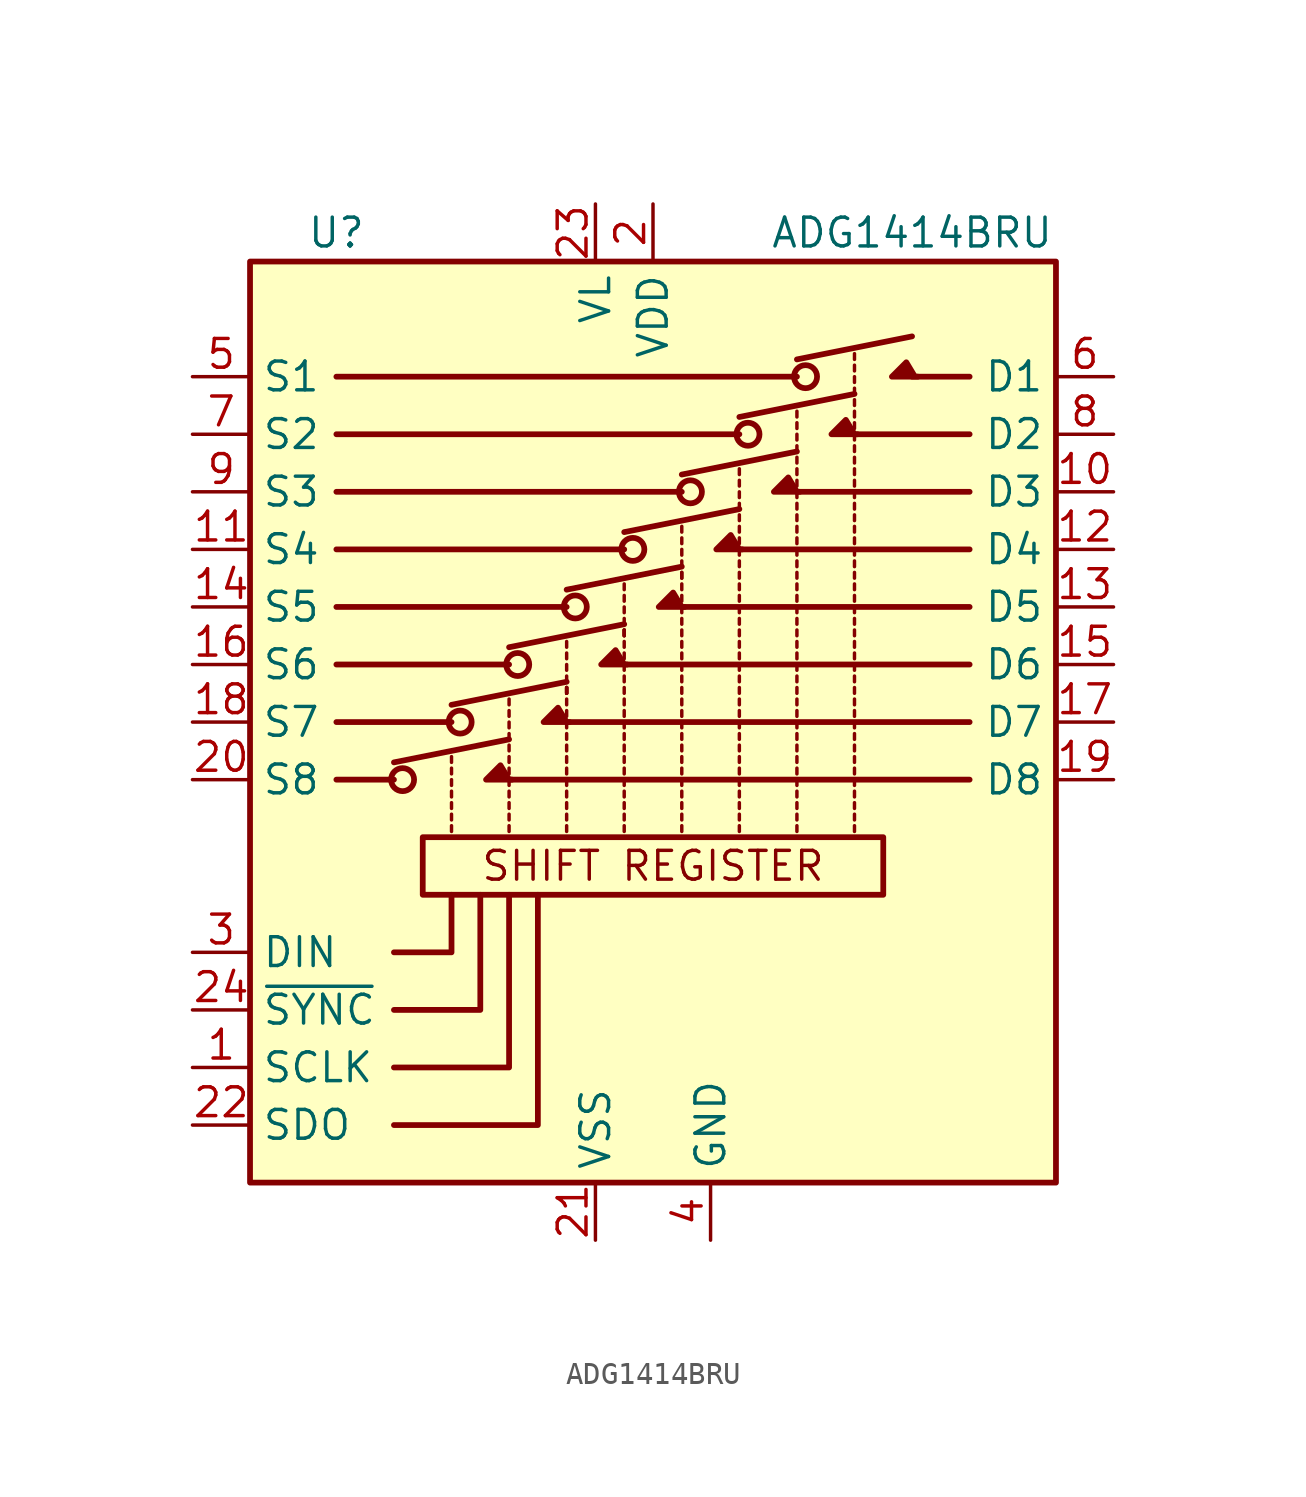
<source format=kicad_sym>
(kicad_symbol_lib
  (version 20200908)
  (generator kicad_symbol_editor)
  (symbol "Analog_Switch:ADG1414BRU"
    (property "Reference" "U"
      (at -13.97 21.59 0)
      (effects (font (size 1.27 1.27))))
    (property "Value" "ADG1414BRU"
      (at 11.43 21.59 0)
      (effects (font (size 1.27 1.27))))
    (symbol "ADG1414BRU_1_1"
      (circle (center -11.049 -2.54) (radius 0.508) (stroke (width 0.254)) (fill (type none)))
      (circle (center -8.509 0) (radius 0.508) (stroke (width 0.254)) (fill (type none)))
      (circle (center -5.969 2.54) (radius 0.508) (stroke (width 0.254)) (fill (type none)))
      (circle (center -3.429 5.08) (radius 0.508) (stroke (width 0.254)) (fill (type none)))
      (circle (center -0.889 7.62) (radius 0.508) (stroke (width 0.254)) (fill (type none)))
      (circle (center 1.651 10.16) (radius 0.508) (stroke (width 0.254)) (fill (type none)))
      (circle (center 4.191 12.7) (radius 0.508) (stroke (width 0.254)) (fill (type none)))
      (circle (center 6.731 15.24) (radius 0.508) (stroke (width 0.254)) (fill (type none)))
      (rectangle (start -17.78 -20.32) (end 17.78 20.32) (stroke (width 0.254)) (fill (type background)))
      (rectangle (start -10.16 -5.08) (end 10.16 -7.62) (stroke (width 0.254)) (fill (type none)))
      (polyline (pts (xy -11.43 -2.54) (xy -13.97 -2.54)) (stroke (width 0.254)) (fill (type none)))
      (polyline (pts (xy -11.43 -1.778) (xy -6.35 -0.762)) (stroke (width 0.254)) (fill (type none)))
      (polyline (pts (xy -8.89 -4.826) (xy -8.89 -4.572)) (stroke (width 0)) (fill (type none)))
      (polyline (pts (xy -8.89 -4.318) (xy -8.89 -4.064)) (stroke (width 0)) (fill (type none)))
      (polyline (pts (xy -8.89 -3.81) (xy -8.89 -3.556)) (stroke (width 0)) (fill (type none)))
      (polyline (pts (xy -8.89 -3.302) (xy -8.89 -3.048)) (stroke (width 0)) (fill (type none)))
      (polyline (pts (xy -8.89 -2.794) (xy -8.89 -2.54)) (stroke (width 0)) (fill (type none)))
      (polyline (pts (xy -8.89 -2.286) (xy -8.89 -2.032)) (stroke (width 0)) (fill (type none)))
      (polyline (pts (xy -8.89 -1.778) (xy -8.89 -1.524)) (stroke (width 0)) (fill (type none)))
      (polyline (pts (xy -8.89 0) (xy -13.97 0)) (stroke (width 0.254)) (fill (type none)))
      (polyline (pts (xy -8.89 0.762) (xy -3.81 1.778)) (stroke (width 0.254)) (fill (type none)))
      (polyline (pts (xy -6.35 -4.826) (xy -6.35 -4.572)) (stroke (width 0)) (fill (type none)))
      (polyline (pts (xy -6.35 -4.318) (xy -6.35 -4.064)) (stroke (width 0)) (fill (type none)))
      (polyline (pts (xy -6.35 -3.81) (xy -6.35 -3.556)) (stroke (width 0)) (fill (type none)))
      (polyline (pts (xy -6.35 -3.302) (xy -6.35 -3.048)) (stroke (width 0)) (fill (type none)))
      (polyline (pts (xy -6.35 -2.794) (xy -6.35 -2.54)) (stroke (width 0)) (fill (type none)))
      (polyline (pts (xy -6.35 -2.54) (xy 13.97 -2.54)) (stroke (width 0.254)) (fill (type none)))
      (polyline (pts (xy -6.35 -2.286) (xy -6.35 -2.032)) (stroke (width 0)) (fill (type none)))
      (polyline (pts (xy -6.35 -1.778) (xy -6.35 -1.524)) (stroke (width 0)) (fill (type none)))
      (polyline (pts (xy -6.35 -1.27) (xy -6.35 -1.016)) (stroke (width 0)) (fill (type none)))
      (polyline (pts (xy -6.35 -0.762) (xy -6.35 -0.508)) (stroke (width 0)) (fill (type none)))
      (polyline (pts (xy -6.35 -0.254) (xy -6.35 0)) (stroke (width 0)) (fill (type none)))
      (polyline (pts (xy -6.35 0.254) (xy -6.35 0.508)) (stroke (width 0)) (fill (type none)))
      (polyline (pts (xy -6.35 0.762) (xy -6.35 1.016)) (stroke (width 0)) (fill (type none)))
      (polyline (pts (xy -6.35 2.54) (xy -13.97 2.54)) (stroke (width 0.254)) (fill (type none)))
      (polyline (pts (xy -6.35 3.302) (xy -1.27 4.318)) (stroke (width 0.254)) (fill (type none)))
      (polyline (pts (xy -3.81 -4.826) (xy -3.81 -4.572)) (stroke (width 0)) (fill (type none)))
      (polyline (pts (xy -3.81 -4.318) (xy -3.81 -4.064)) (stroke (width 0)) (fill (type none)))
      (polyline (pts (xy -3.81 -3.81) (xy -3.81 -3.556)) (stroke (width 0)) (fill (type none)))
      (polyline (pts (xy -3.81 -3.302) (xy -3.81 -3.048)) (stroke (width 0)) (fill (type none)))
      (polyline (pts (xy -3.81 -2.794) (xy -3.81 -2.54)) (stroke (width 0)) (fill (type none)))
      (polyline (pts (xy -3.81 -2.286) (xy -3.81 -2.032)) (stroke (width 0)) (fill (type none)))
      (polyline (pts (xy -3.81 -1.778) (xy -3.81 -1.524)) (stroke (width 0)) (fill (type none)))
      (polyline (pts (xy -3.81 -1.27) (xy -3.81 -1.016)) (stroke (width 0)) (fill (type none)))
      (polyline (pts (xy -3.81 -0.762) (xy -3.81 -0.508)) (stroke (width 0)) (fill (type none)))
      (polyline (pts (xy -3.81 -0.254) (xy -3.81 0)) (stroke (width 0)) (fill (type none)))
      (polyline (pts (xy -3.81 0) (xy 13.97 0)) (stroke (width 0.254)) (fill (type none)))
      (polyline (pts (xy -3.81 0.254) (xy -3.81 0.508)) (stroke (width 0)) (fill (type none)))
      (polyline (pts (xy -3.81 0.762) (xy -3.81 1.016)) (stroke (width 0)) (fill (type none)))
      (polyline (pts (xy -3.81 1.27) (xy -3.81 1.524)) (stroke (width 0)) (fill (type none)))
      (polyline (pts (xy -3.81 1.27) (xy -3.81 1.524)) (stroke (width 0)) (fill (type none)))
      (polyline (pts (xy -3.81 1.27) (xy -3.81 1.524)) (stroke (width 0)) (fill (type none)))
      (polyline (pts (xy -3.81 1.27) (xy -3.81 1.524)) (stroke (width 0)) (fill (type none)))
      (polyline (pts (xy -3.81 1.778) (xy -3.81 2.032)) (stroke (width 0)) (fill (type none)))
      (polyline (pts (xy -3.81 2.286) (xy -3.81 2.54)) (stroke (width 0)) (fill (type none)))
      (polyline (pts (xy -3.81 2.794) (xy -3.81 3.048)) (stroke (width 0)) (fill (type none)))
      (polyline (pts (xy -3.81 3.302) (xy -3.81 3.556)) (stroke (width 0)) (fill (type none)))
      (polyline (pts (xy -3.81 5.08) (xy -13.97 5.08)) (stroke (width 0.254)) (fill (type none)))
      (polyline (pts (xy -3.81 5.842) (xy 1.27 6.858)) (stroke (width 0.254)) (fill (type none)))
      (polyline (pts (xy -1.27 -4.826) (xy -1.27 -4.572)) (stroke (width 0)) (fill (type none)))
      (polyline (pts (xy -1.27 -4.318) (xy -1.27 -4.064)) (stroke (width 0)) (fill (type none)))
      (polyline (pts (xy -1.27 -3.81) (xy -1.27 -3.556)) (stroke (width 0)) (fill (type none)))
      (polyline (pts (xy -1.27 -3.302) (xy -1.27 -3.048)) (stroke (width 0)) (fill (type none)))
      (polyline (pts (xy -1.27 -2.794) (xy -1.27 -2.54)) (stroke (width 0)) (fill (type none)))
      (polyline (pts (xy -1.27 -2.286) (xy -1.27 -2.032)) (stroke (width 0)) (fill (type none)))
      (polyline (pts (xy -1.27 -1.778) (xy -1.27 -1.524)) (stroke (width 0)) (fill (type none)))
      (polyline (pts (xy -1.27 -1.27) (xy -1.27 -1.016)) (stroke (width 0)) (fill (type none)))
      (polyline (pts (xy -1.27 -0.762) (xy -1.27 -0.508)) (stroke (width 0)) (fill (type none)))
      (polyline (pts (xy -1.27 -0.254) (xy -1.27 0)) (stroke (width 0)) (fill (type none)))
      (polyline (pts (xy -1.27 0.254) (xy -1.27 0.508)) (stroke (width 0)) (fill (type none)))
      (polyline (pts (xy -1.27 0.762) (xy -1.27 1.016)) (stroke (width 0)) (fill (type none)))
      (polyline (pts (xy -1.27 1.27) (xy -1.27 1.524)) (stroke (width 0)) (fill (type none)))
      (polyline (pts (xy -1.27 1.778) (xy -1.27 2.032)) (stroke (width 0)) (fill (type none)))
      (polyline (pts (xy -1.27 2.286) (xy -1.27 2.54)) (stroke (width 0)) (fill (type none)))
      (polyline (pts (xy -1.27 2.54) (xy 13.97 2.54)) (stroke (width 0.254)) (fill (type none)))
      (polyline (pts (xy -1.27 2.794) (xy -1.27 3.048)) (stroke (width 0)) (fill (type none)))
      (polyline (pts (xy -1.27 3.302) (xy -1.27 3.556)) (stroke (width 0)) (fill (type none)))
      (polyline (pts (xy -1.27 3.81) (xy -1.27 4.064)) (stroke (width 0)) (fill (type none)))
      (polyline (pts (xy -1.27 3.81) (xy -1.27 4.064)) (stroke (width 0)) (fill (type none)))
      (polyline (pts (xy -1.27 3.81) (xy -1.27 4.064)) (stroke (width 0)) (fill (type none)))
      (polyline (pts (xy -1.27 4.318) (xy -1.27 4.572)) (stroke (width 0)) (fill (type none)))
      (polyline (pts (xy -1.27 4.826) (xy -1.27 5.08)) (stroke (width 0)) (fill (type none)))
      (polyline (pts (xy -1.27 5.334) (xy -1.27 5.588)) (stroke (width 0)) (fill (type none)))
      (polyline (pts (xy -1.27 5.842) (xy -1.27 6.096)) (stroke (width 0)) (fill (type none)))
      (polyline (pts (xy -1.27 7.62) (xy -13.97 7.62)) (stroke (width 0.254)) (fill (type none)))
      (polyline (pts (xy -1.27 8.382) (xy 3.81 9.398)) (stroke (width 0.254)) (fill (type none)))
      (polyline (pts (xy 1.27 -4.826) (xy 1.27 -4.572)) (stroke (width 0)) (fill (type none)))
      (polyline (pts (xy 1.27 -4.318) (xy 1.27 -4.064)) (stroke (width 0)) (fill (type none)))
      (polyline (pts (xy 1.27 -3.81) (xy 1.27 -3.556)) (stroke (width 0)) (fill (type none)))
      (polyline (pts (xy 1.27 -3.302) (xy 1.27 -3.048)) (stroke (width 0)) (fill (type none)))
      (polyline (pts (xy 1.27 -2.794) (xy 1.27 -2.54)) (stroke (width 0)) (fill (type none)))
      (polyline (pts (xy 1.27 -2.286) (xy 1.27 -2.032)) (stroke (width 0)) (fill (type none)))
      (polyline (pts (xy 1.27 -1.778) (xy 1.27 -1.524)) (stroke (width 0)) (fill (type none)))
      (polyline (pts (xy 1.27 -1.27) (xy 1.27 -1.016)) (stroke (width 0)) (fill (type none)))
      (polyline (pts (xy 1.27 -0.762) (xy 1.27 -0.508)) (stroke (width 0)) (fill (type none)))
      (polyline (pts (xy 1.27 -0.254) (xy 1.27 0)) (stroke (width 0)) (fill (type none)))
      (polyline (pts (xy 1.27 0.254) (xy 1.27 0.508)) (stroke (width 0)) (fill (type none)))
      (polyline (pts (xy 1.27 0.762) (xy 1.27 1.016)) (stroke (width 0)) (fill (type none)))
      (polyline (pts (xy 1.27 1.27) (xy 1.27 1.524)) (stroke (width 0)) (fill (type none)))
      (polyline (pts (xy 1.27 1.778) (xy 1.27 2.032)) (stroke (width 0)) (fill (type none)))
      (polyline (pts (xy 1.27 2.286) (xy 1.27 2.54)) (stroke (width 0)) (fill (type none)))
      (polyline (pts (xy 1.27 2.794) (xy 1.27 3.048)) (stroke (width 0)) (fill (type none)))
      (polyline (pts (xy 1.27 3.302) (xy 1.27 3.556)) (stroke (width 0)) (fill (type none)))
      (polyline (pts (xy 1.27 3.81) (xy 1.27 4.064)) (stroke (width 0)) (fill (type none)))
      (polyline (pts (xy 1.27 4.318) (xy 1.27 4.572)) (stroke (width 0)) (fill (type none)))
      (polyline (pts (xy 1.27 4.826) (xy 1.27 5.08)) (stroke (width 0)) (fill (type none)))
      (polyline (pts (xy 1.27 5.08) (xy 13.97 5.08)) (stroke (width 0.254)) (fill (type none)))
      (polyline (pts (xy 1.27 5.334) (xy 1.27 5.588)) (stroke (width 0)) (fill (type none)))
      (polyline (pts (xy 1.27 5.842) (xy 1.27 6.096)) (stroke (width 0)) (fill (type none)))
      (polyline (pts (xy 1.27 6.35) (xy 1.27 6.604)) (stroke (width 0)) (fill (type none)))
      (polyline (pts (xy 1.27 6.35) (xy 1.27 6.604)) (stroke (width 0)) (fill (type none)))
      (polyline (pts (xy 1.27 6.858) (xy 1.27 7.112)) (stroke (width 0)) (fill (type none)))
      (polyline (pts (xy 1.27 7.366) (xy 1.27 7.62)) (stroke (width 0)) (fill (type none)))
      (polyline (pts (xy 1.27 7.874) (xy 1.27 8.128)) (stroke (width 0)) (fill (type none)))
      (polyline (pts (xy 1.27 8.382) (xy 1.27 8.636)) (stroke (width 0)) (fill (type none)))
      (polyline (pts (xy 1.27 10.16) (xy -13.97 10.16)) (stroke (width 0.254)) (fill (type none)))
      (polyline (pts (xy 1.27 10.922) (xy 6.35 11.938)) (stroke (width 0.254)) (fill (type none)))
      (polyline (pts (xy 3.81 -4.826) (xy 3.81 -4.572)) (stroke (width 0)) (fill (type none)))
      (polyline (pts (xy 3.81 -4.318) (xy 3.81 -4.064)) (stroke (width 0)) (fill (type none)))
      (polyline (pts (xy 3.81 -3.81) (xy 3.81 -3.556)) (stroke (width 0)) (fill (type none)))
      (polyline (pts (xy 3.81 -3.302) (xy 3.81 -3.048)) (stroke (width 0)) (fill (type none)))
      (polyline (pts (xy 3.81 -2.794) (xy 3.81 -2.54)) (stroke (width 0)) (fill (type none)))
      (polyline (pts (xy 3.81 -2.286) (xy 3.81 -2.032)) (stroke (width 0)) (fill (type none)))
      (polyline (pts (xy 3.81 -1.778) (xy 3.81 -1.524)) (stroke (width 0)) (fill (type none)))
      (polyline (pts (xy 3.81 -1.27) (xy 3.81 -1.016)) (stroke (width 0)) (fill (type none)))
      (polyline (pts (xy 3.81 -0.762) (xy 3.81 -0.508)) (stroke (width 0)) (fill (type none)))
      (polyline (pts (xy 3.81 -0.254) (xy 3.81 0)) (stroke (width 0)) (fill (type none)))
      (polyline (pts (xy 3.81 0.254) (xy 3.81 0.508)) (stroke (width 0)) (fill (type none)))
      (polyline (pts (xy 3.81 0.762) (xy 3.81 1.016)) (stroke (width 0)) (fill (type none)))
      (polyline (pts (xy 3.81 1.27) (xy 3.81 1.524)) (stroke (width 0)) (fill (type none)))
      (polyline (pts (xy 3.81 1.778) (xy 3.81 2.032)) (stroke (width 0)) (fill (type none)))
      (polyline (pts (xy 3.81 2.286) (xy 3.81 2.54)) (stroke (width 0)) (fill (type none)))
      (polyline (pts (xy 3.81 2.794) (xy 3.81 3.048)) (stroke (width 0)) (fill (type none)))
      (polyline (pts (xy 3.81 3.302) (xy 3.81 3.556)) (stroke (width 0)) (fill (type none)))
      (polyline (pts (xy 3.81 3.81) (xy 3.81 4.064)) (stroke (width 0)) (fill (type none)))
      (polyline (pts (xy 3.81 4.318) (xy 3.81 4.572)) (stroke (width 0)) (fill (type none)))
      (polyline (pts (xy 3.81 4.826) (xy 3.81 5.08)) (stroke (width 0)) (fill (type none)))
      (polyline (pts (xy 3.81 5.334) (xy 3.81 5.588)) (stroke (width 0)) (fill (type none)))
      (polyline (pts (xy 3.81 5.842) (xy 3.81 6.096)) (stroke (width 0)) (fill (type none)))
      (polyline (pts (xy 3.81 6.35) (xy 3.81 6.604)) (stroke (width 0)) (fill (type none)))
      (polyline (pts (xy 3.81 6.858) (xy 3.81 7.112)) (stroke (width 0)) (fill (type none)))
      (polyline (pts (xy 3.81 7.366) (xy 3.81 7.62)) (stroke (width 0)) (fill (type none)))
      (polyline (pts (xy 3.81 7.62) (xy 13.97 7.62)) (stroke (width 0.254)) (fill (type none)))
      (polyline (pts (xy 3.81 7.874) (xy 3.81 8.128)) (stroke (width 0)) (fill (type none)))
      (polyline (pts (xy 3.81 8.382) (xy 3.81 8.636)) (stroke (width 0)) (fill (type none)))
      (polyline (pts (xy 3.81 8.89) (xy 3.81 9.144)) (stroke (width 0)) (fill (type none)))
      (polyline (pts (xy 3.81 9.398) (xy 3.81 9.652)) (stroke (width 0)) (fill (type none)))
      (polyline (pts (xy 3.81 9.906) (xy 3.81 10.16)) (stroke (width 0)) (fill (type none)))
      (polyline (pts (xy 3.81 10.414) (xy 3.81 10.668)) (stroke (width 0)) (fill (type none)))
      (polyline (pts (xy 3.81 10.922) (xy 3.81 11.176)) (stroke (width 0)) (fill (type none)))
      (polyline (pts (xy 3.81 12.7) (xy -13.97 12.7)) (stroke (width 0.254)) (fill (type none)))
      (polyline (pts (xy 3.81 13.462) (xy 8.89 14.478)) (stroke (width 0.254)) (fill (type none)))
      (polyline (pts (xy 6.35 -4.826) (xy 6.35 -4.572)) (stroke (width 0)) (fill (type none)))
      (polyline (pts (xy 6.35 -4.318) (xy 6.35 -4.064)) (stroke (width 0)) (fill (type none)))
      (polyline (pts (xy 6.35 -3.81) (xy 6.35 -3.556)) (stroke (width 0)) (fill (type none)))
      (polyline (pts (xy 6.35 -3.302) (xy 6.35 -3.048)) (stroke (width 0)) (fill (type none)))
      (polyline (pts (xy 6.35 -2.794) (xy 6.35 -2.54)) (stroke (width 0)) (fill (type none)))
      (polyline (pts (xy 6.35 -2.286) (xy 6.35 -2.032)) (stroke (width 0)) (fill (type none)))
      (polyline (pts (xy 6.35 -1.778) (xy 6.35 -1.524)) (stroke (width 0)) (fill (type none)))
      (polyline (pts (xy 6.35 -1.27) (xy 6.35 -1.016)) (stroke (width 0)) (fill (type none)))
      (polyline (pts (xy 6.35 -0.762) (xy 6.35 -0.508)) (stroke (width 0)) (fill (type none)))
      (polyline (pts (xy 6.35 -0.254) (xy 6.35 0)) (stroke (width 0)) (fill (type none)))
      (polyline (pts (xy 6.35 0.254) (xy 6.35 0.508)) (stroke (width 0)) (fill (type none)))
      (polyline (pts (xy 6.35 0.762) (xy 6.35 1.016)) (stroke (width 0)) (fill (type none)))
      (polyline (pts (xy 6.35 1.27) (xy 6.35 1.524)) (stroke (width 0)) (fill (type none)))
      (polyline (pts (xy 6.35 1.778) (xy 6.35 2.032)) (stroke (width 0)) (fill (type none)))
      (polyline (pts (xy 6.35 2.286) (xy 6.35 2.54)) (stroke (width 0)) (fill (type none)))
      (polyline (pts (xy 6.35 2.794) (xy 6.35 3.048)) (stroke (width 0)) (fill (type none)))
      (polyline (pts (xy 6.35 3.302) (xy 6.35 3.556)) (stroke (width 0)) (fill (type none)))
      (polyline (pts (xy 6.35 3.81) (xy 6.35 4.064)) (stroke (width 0)) (fill (type none)))
      (polyline (pts (xy 6.35 4.318) (xy 6.35 4.572)) (stroke (width 0)) (fill (type none)))
      (polyline (pts (xy 6.35 4.826) (xy 6.35 5.08)) (stroke (width 0)) (fill (type none)))
      (polyline (pts (xy 6.35 5.334) (xy 6.35 5.588)) (stroke (width 0)) (fill (type none)))
      (polyline (pts (xy 6.35 5.842) (xy 6.35 6.096)) (stroke (width 0)) (fill (type none)))
      (polyline (pts (xy 6.35 6.35) (xy 6.35 6.604)) (stroke (width 0)) (fill (type none)))
      (polyline (pts (xy 6.35 6.858) (xy 6.35 7.112)) (stroke (width 0)) (fill (type none)))
      (polyline (pts (xy 6.35 7.366) (xy 6.35 7.62)) (stroke (width 0)) (fill (type none)))
      (polyline (pts (xy 6.35 7.874) (xy 6.35 8.128)) (stroke (width 0)) (fill (type none)))
      (polyline (pts (xy 6.35 8.382) (xy 6.35 8.636)) (stroke (width 0)) (fill (type none)))
      (polyline (pts (xy 6.35 8.89) (xy 6.35 9.144)) (stroke (width 0)) (fill (type none)))
      (polyline (pts (xy 6.35 9.398) (xy 6.35 9.652)) (stroke (width 0)) (fill (type none)))
      (polyline (pts (xy 6.35 9.906) (xy 6.35 10.16)) (stroke (width 0)) (fill (type none)))
      (polyline (pts (xy 6.35 10.16) (xy 13.97 10.16)) (stroke (width 0.254)) (fill (type none)))
      (polyline (pts (xy 6.35 10.414) (xy 6.35 10.668)) (stroke (width 0)) (fill (type none)))
      (polyline (pts (xy 6.35 10.922) (xy 6.35 11.176)) (stroke (width 0)) (fill (type none)))
      (polyline (pts (xy 6.35 11.43) (xy 6.35 11.684)) (stroke (width 0)) (fill (type none)))
      (polyline (pts (xy 6.35 11.938) (xy 6.35 12.192)) (stroke (width 0)) (fill (type none)))
      (polyline (pts (xy 6.35 12.446) (xy 6.35 12.7)) (stroke (width 0)) (fill (type none)))
      (polyline (pts (xy 6.35 12.954) (xy 6.35 13.208)) (stroke (width 0)) (fill (type none)))
      (polyline (pts (xy 6.35 13.462) (xy 6.35 13.716)) (stroke (width 0)) (fill (type none)))
      (polyline (pts (xy 6.35 15.24) (xy -13.97 15.24)) (stroke (width 0.254)) (fill (type none)))
      (polyline (pts (xy 6.35 16.002) (xy 11.43 17.018)) (stroke (width 0.254)) (fill (type none)))
      (polyline (pts (xy 8.89 -4.826) (xy 8.89 -4.572)) (stroke (width 0)) (fill (type none)))
      (polyline (pts (xy 8.89 -4.318) (xy 8.89 -4.064)) (stroke (width 0)) (fill (type none)))
      (polyline (pts (xy 8.89 -3.81) (xy 8.89 -3.556)) (stroke (width 0)) (fill (type none)))
      (polyline (pts (xy 8.89 -3.302) (xy 8.89 -3.048)) (stroke (width 0)) (fill (type none)))
      (polyline (pts (xy 8.89 -2.794) (xy 8.89 -2.54)) (stroke (width 0)) (fill (type none)))
      (polyline (pts (xy 8.89 -2.286) (xy 8.89 -2.032)) (stroke (width 0)) (fill (type none)))
      (polyline (pts (xy 8.89 -1.778) (xy 8.89 -1.524)) (stroke (width 0)) (fill (type none)))
      (polyline (pts (xy 8.89 -1.27) (xy 8.89 -1.016)) (stroke (width 0)) (fill (type none)))
      (polyline (pts (xy 8.89 -0.762) (xy 8.89 -0.508)) (stroke (width 0)) (fill (type none)))
      (polyline (pts (xy 8.89 -0.254) (xy 8.89 0)) (stroke (width 0)) (fill (type none)))
      (polyline (pts (xy 8.89 0.254) (xy 8.89 0.508)) (stroke (width 0)) (fill (type none)))
      (polyline (pts (xy 8.89 0.762) (xy 8.89 1.016)) (stroke (width 0)) (fill (type none)))
      (polyline (pts (xy 8.89 1.27) (xy 8.89 1.524)) (stroke (width 0)) (fill (type none)))
      (polyline (pts (xy 8.89 1.778) (xy 8.89 2.032)) (stroke (width 0)) (fill (type none)))
      (polyline (pts (xy 8.89 2.286) (xy 8.89 2.54)) (stroke (width 0)) (fill (type none)))
      (polyline (pts (xy 8.89 2.794) (xy 8.89 3.048)) (stroke (width 0)) (fill (type none)))
      (polyline (pts (xy 8.89 3.302) (xy 8.89 3.556)) (stroke (width 0)) (fill (type none)))
      (polyline (pts (xy 8.89 3.81) (xy 8.89 4.064)) (stroke (width 0)) (fill (type none)))
      (polyline (pts (xy 8.89 4.318) (xy 8.89 4.572)) (stroke (width 0)) (fill (type none)))
      (polyline (pts (xy 8.89 4.826) (xy 8.89 5.08)) (stroke (width 0)) (fill (type none)))
      (polyline (pts (xy 8.89 5.334) (xy 8.89 5.588)) (stroke (width 0)) (fill (type none)))
      (polyline (pts (xy 8.89 5.842) (xy 8.89 6.096)) (stroke (width 0)) (fill (type none)))
      (polyline (pts (xy 8.89 6.35) (xy 8.89 6.604)) (stroke (width 0)) (fill (type none)))
      (polyline (pts (xy 8.89 6.858) (xy 8.89 7.112)) (stroke (width 0)) (fill (type none)))
      (polyline (pts (xy 8.89 7.366) (xy 8.89 7.62)) (stroke (width 0)) (fill (type none)))
      (polyline (pts (xy 8.89 7.874) (xy 8.89 8.128)) (stroke (width 0)) (fill (type none)))
      (polyline (pts (xy 8.89 8.382) (xy 8.89 8.636)) (stroke (width 0)) (fill (type none)))
      (polyline (pts (xy 8.89 8.89) (xy 8.89 9.144)) (stroke (width 0)) (fill (type none)))
      (polyline (pts (xy 8.89 9.398) (xy 8.89 9.652)) (stroke (width 0)) (fill (type none)))
      (polyline (pts (xy 8.89 9.906) (xy 8.89 10.16)) (stroke (width 0)) (fill (type none)))
      (polyline (pts (xy 8.89 10.414) (xy 8.89 10.668)) (stroke (width 0)) (fill (type none)))
      (polyline (pts (xy 8.89 10.922) (xy 8.89 11.176)) (stroke (width 0)) (fill (type none)))
      (polyline (pts (xy 8.89 11.43) (xy 8.89 11.684)) (stroke (width 0)) (fill (type none)))
      (polyline (pts (xy 8.89 11.938) (xy 8.89 12.192)) (stroke (width 0)) (fill (type none)))
      (polyline (pts (xy 8.89 12.446) (xy 8.89 12.7)) (stroke (width 0)) (fill (type none)))
      (polyline (pts (xy 8.89 12.7) (xy 13.97 12.7)) (stroke (width 0.254)) (fill (type none)))
      (polyline (pts (xy 8.89 12.954) (xy 8.89 13.208)) (stroke (width 0)) (fill (type none)))
      (polyline (pts (xy 8.89 13.462) (xy 8.89 13.716)) (stroke (width 0)) (fill (type none)))
      (polyline (pts (xy 8.89 13.97) (xy 8.89 14.224)) (stroke (width 0)) (fill (type none)))
      (polyline (pts (xy 8.89 14.478) (xy 8.89 14.732)) (stroke (width 0)) (fill (type none)))
      (polyline (pts (xy 8.89 14.986) (xy 8.89 15.24)) (stroke (width 0)) (fill (type none)))
      (polyline (pts (xy 8.89 15.494) (xy 8.89 15.748)) (stroke (width 0)) (fill (type none)))
      (polyline (pts (xy 8.89 16.002) (xy 8.89 16.256)) (stroke (width 0)) (fill (type none)))
      (polyline (pts (xy 11.43 15.24) (xy 13.97 15.24)) (stroke (width 0.254)) (fill (type none)))
      (pin input line (at -20.32 -15.24 0) (length 2.54) (name "SCLK" (effects (font (size 1.27 1.27)))) (number "1" (effects (font (size 1.27 1.27)))))
      (pin passive line (at 20.32 10.16 180) (length 2.54) (name "D3" (effects (font (size 1.27 1.27)))) (number "10" (effects (font (size 1.27 1.27)))))
      (pin passive line (at -20.32 7.62 0) (length 2.54) (name "S4" (effects (font (size 1.27 1.27)))) (number "11" (effects (font (size 1.27 1.27)))))
      (pin passive line (at 20.32 7.62 180) (length 2.54) (name "D4" (effects (font (size 1.27 1.27)))) (number "12" (effects (font (size 1.27 1.27)))))
      (pin passive line (at 20.32 5.08 180) (length 2.54) (name "D5" (effects (font (size 1.27 1.27)))) (number "13" (effects (font (size 1.27 1.27)))))
      (pin passive line (at -20.32 5.08 0) (length 2.54) (name "S5" (effects (font (size 1.27 1.27)))) (number "14" (effects (font (size 1.27 1.27)))))
      (pin passive line (at 20.32 2.54 180) (length 2.54) (name "D6" (effects (font (size 1.27 1.27)))) (number "15" (effects (font (size 1.27 1.27)))))
      (pin passive line (at -20.32 2.54 0) (length 2.54) (name "S6" (effects (font (size 1.27 1.27)))) (number "16" (effects (font (size 1.27 1.27)))))
      (pin passive line (at 20.32 0 180) (length 2.54) (name "D7" (effects (font (size 1.27 1.27)))) (number "17" (effects (font (size 1.27 1.27)))))
      (pin passive line (at -20.32 0 0) (length 2.54) (name "S7" (effects (font (size 1.27 1.27)))) (number "18" (effects (font (size 1.27 1.27)))))
      (pin passive line (at 20.32 -2.54 180) (length 2.54) (name "D8" (effects (font (size 1.27 1.27)))) (number "19" (effects (font (size 1.27 1.27)))))
      (pin power_in line (at 0 22.86 270) (length 2.54) (name "VDD" (effects (font (size 1.27 1.27)))) (number "2" (effects (font (size 1.27 1.27)))))
      (pin passive line (at -20.32 -2.54 0) (length 2.54) (name "S8" (effects (font (size 1.27 1.27)))) (number "20" (effects (font (size 1.27 1.27)))))
      (pin power_in line (at -2.54 -22.86 90) (length 2.54) (name "VSS" (effects (font (size 1.27 1.27)))) (number "21" (effects (font (size 1.27 1.27)))))
      (pin open_collector line (at -20.32 -17.78 0) (length 2.54) (name "SDO" (effects (font (size 1.27 1.27)))) (number "22" (effects (font (size 1.27 1.27)))))
      (pin power_in line (at -2.54 22.86 270) (length 2.54) (name "VL" (effects (font (size 1.27 1.27)))) (number "23" (effects (font (size 1.27 1.27)))))
      (pin input line (at -20.32 -12.7 0) (length 2.54) (name "~SYNC" (effects (font (size 1.27 1.27)))) (number "24" (effects (font (size 1.27 1.27)))))
      (pin input line (at -20.32 -10.16 0) (length 2.54) (name "DIN" (effects (font (size 1.27 1.27)))) (number "3" (effects (font (size 1.27 1.27)))))
      (pin power_in line (at 2.54 -22.86 90) (length 2.54) (name "GND" (effects (font (size 1.27 1.27)))) (number "4" (effects (font (size 1.27 1.27)))))
      (pin passive line (at -20.32 15.24 0) (length 2.54) (name "S1" (effects (font (size 1.27 1.27)))) (number "5" (effects (font (size 1.27 1.27)))))
      (pin passive line (at 20.32 15.24 180) (length 2.54) (name "D1" (effects (font (size 1.27 1.27)))) (number "6" (effects (font (size 1.27 1.27)))))
      (pin passive line (at -20.32 12.7 0) (length 2.54) (name "S2" (effects (font (size 1.27 1.27)))) (number "7" (effects (font (size 1.27 1.27)))))
      (pin passive line (at 20.32 12.7 180) (length 2.54) (name "D2" (effects (font (size 1.27 1.27)))) (number "8" (effects (font (size 1.27 1.27)))))
      (pin passive line (at -20.32 10.16 0) (length 2.54) (name "S3" (effects (font (size 1.27 1.27)))) (number "9" (effects (font (size 1.27 1.27))))))
    (symbol "ADG1414BRU_1_0"
      (text "SHIFT REGISTER" (at 0 -6.35 0) (effects (font (size 1.27 1.27))))
      (polyline (pts (xy -11.43 -17.78) (xy -5.08 -17.78) (xy -5.08 -7.62)) (stroke (width 0.254)) (fill (type none)))
      (polyline (pts (xy -11.43 -15.24) (xy -6.35 -15.24) (xy -6.35 -7.62)) (stroke (width 0.254)) (fill (type none)))
      (polyline (pts (xy -11.43 -10.16) (xy -8.89 -10.16) (xy -8.89 -7.62)) (stroke (width 0.254)) (fill (type none)))
      (polyline (pts (xy -11.43 -12.7) (xy -7.62 -12.7) (xy -7.62 -10.16) (xy -7.62 -7.62)) (stroke (width 0.254)) (fill (type none)))
      (polyline (pts (xy -6.223 -2.54) (xy -7.366 -2.54) (xy -6.731 -1.905) (xy -6.35 -2.54)) (stroke (width 0.254)) (fill (type outline)))
      (polyline (pts (xy -3.683 0) (xy -4.826 0) (xy -4.191 0.635) (xy -3.81 0)) (stroke (width 0.254)) (fill (type outline)))
      (polyline (pts (xy -1.143 2.54) (xy -2.286 2.54) (xy -1.651 3.175) (xy -1.27 2.54)) (stroke (width 0.254)) (fill (type outline)))
      (polyline (pts (xy 1.397 5.08) (xy 0.254 5.08) (xy 0.889 5.715) (xy 1.27 5.08)) (stroke (width 0.254)) (fill (type outline)))
      (polyline (pts (xy 3.937 7.62) (xy 2.794 7.62) (xy 3.429 8.255) (xy 3.81 7.62)) (stroke (width 0.254)) (fill (type outline)))
      (polyline (pts (xy 6.477 10.16) (xy 5.334 10.16) (xy 5.969 10.795) (xy 6.35 10.16)) (stroke (width 0.254)) (fill (type outline)))
      (polyline (pts (xy 9.017 12.7) (xy 7.874 12.7) (xy 8.509 13.335) (xy 8.89 12.7)) (stroke (width 0.254)) (fill (type outline)))
      (polyline (pts (xy 11.684 15.24) (xy 10.541 15.24) (xy 11.176 15.875) (xy 11.557 15.24)) (stroke (width 0.254)) (fill (type outline))))))
</source>
